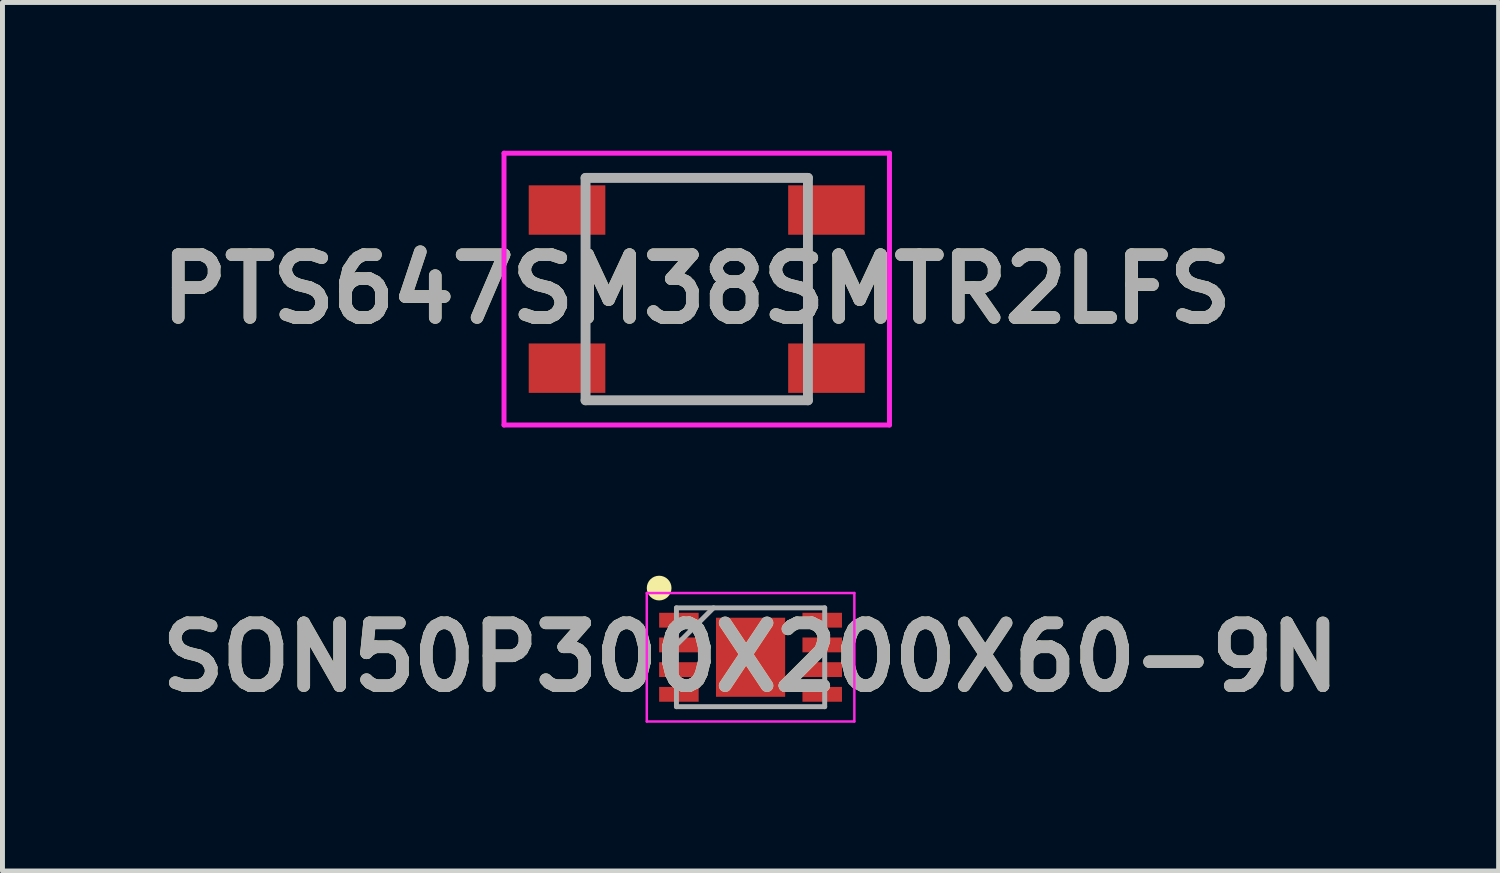
<source format=kicad_pcb>
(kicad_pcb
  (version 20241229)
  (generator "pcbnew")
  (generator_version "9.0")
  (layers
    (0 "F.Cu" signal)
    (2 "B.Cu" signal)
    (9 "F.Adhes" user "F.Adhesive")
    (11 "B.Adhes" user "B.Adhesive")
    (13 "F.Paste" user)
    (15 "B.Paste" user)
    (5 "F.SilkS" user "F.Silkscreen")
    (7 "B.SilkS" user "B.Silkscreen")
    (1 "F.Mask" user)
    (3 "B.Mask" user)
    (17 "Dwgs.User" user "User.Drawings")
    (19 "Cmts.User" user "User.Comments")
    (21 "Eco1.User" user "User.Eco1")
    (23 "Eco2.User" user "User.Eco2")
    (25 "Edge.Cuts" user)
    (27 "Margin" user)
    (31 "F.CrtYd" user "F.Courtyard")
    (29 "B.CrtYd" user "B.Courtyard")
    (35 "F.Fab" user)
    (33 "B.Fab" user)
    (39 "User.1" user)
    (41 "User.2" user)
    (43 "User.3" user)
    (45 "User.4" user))
  (footprint "SON50P300X200X60-9N"
    (layer "F.Cu")
    (at 12.138 10.25)
    (property "Reference" "SON50P300X200X60-9N" (at 0 0 0) (layer "F.SilkS") (effects (font (size 1.27 1.27) (thickness 0.254))))
    (attr smd)
    (fp_circle (center -1.85 -1.4) (end -1.85 -1.275) (stroke (width 0.25) (type solid)) (fill no) (layer "F.SilkS"))
    (fp_line (start -2.1 -1.3) (end 2.1 -1.3) (stroke (width 0.05) (type solid)) (layer "F.CrtYd"))
    (fp_line (start -2.1 1.3) (end -2.1 -1.3) (stroke (width 0.05) (type solid)) (layer "F.CrtYd"))
    (fp_line (start 2.1 -1.3) (end 2.1 1.3) (stroke (width 0.05) (type solid)) (layer "F.CrtYd"))
    (fp_line (start 2.1 1.3) (end -2.1 1.3) (stroke (width 0.05) (type solid)) (layer "F.CrtYd"))
    (fp_line (start -1.5 -1) (end 1.5 -1) (stroke (width 0.1) (type solid)) (layer "F.Fab"))
    (fp_line (start -1.5 -0.25) (end -0.75 -1) (stroke (width 0.1) (type solid)) (layer "F.Fab"))
    (fp_line (start -1.5 1) (end -1.5 -1) (stroke (width 0.1) (type solid)) (layer "F.Fab"))
    (fp_line (start 1.5 -1) (end 1.5 1) (stroke (width 0.1) (type solid)) (layer "F.Fab"))
    (fp_line (start 1.5 1) (end -1.5 1) (stroke (width 0.1) (type solid)) (layer "F.Fab"))
    (fp_text user "${REFERENCE}" (at 0 0 0) (layer "F.Fab") (effects (font (size 1.27 1.27) (thickness 0.254))))
    (pad "1" smd rect (at -1.45 -0.75 90) (size 0.3 0.8) (layers "F.Cu" "F.Mask" "F.Paste"))
    (pad "2" smd rect (at -1.45 -0.25 90) (size 0.3 0.8) (layers "F.Cu" "F.Mask" "F.Paste"))
    (pad "3" smd rect (at -1.45 0.25 90) (size 0.3 0.8) (layers "F.Cu" "F.Mask" "F.Paste"))
    (pad "4" smd rect (at -1.45 0.75 90) (size 0.3 0.8) (layers "F.Cu" "F.Mask" "F.Paste"))
    (pad "5" smd rect (at 1.45 0.75 90) (size 0.3 0.8) (layers "F.Cu" "F.Mask" "F.Paste"))
    (pad "6" smd rect (at 1.45 0.25 90) (size 0.3 0.8) (layers "F.Cu" "F.Mask" "F.Paste"))
    (pad "7" smd rect (at 1.45 -0.25 90) (size 0.3 0.8) (layers "F.Cu" "F.Mask" "F.Paste"))
    (pad "8" smd rect (at 1.45 -0.75 90) (size 0.3 0.8) (layers "F.Cu" "F.Mask" "F.Paste"))
    (pad "9" smd rect (at 0 0) (size 1.4 1.6) (layers "F.Cu" "F.Mask" "F.Paste")))
  (footprint "PTS647SM38SMTR2LFS"
    (layer "F.Cu")
    (at 11.049 2.8)
    (property "Reference" "PTS647SM38SMTR2LFS" (at 0 0 0) (layer "F.SilkS") (effects (font (size 1.27 1.27) (thickness 0.254))))
    (attr smd)
    (fp_line (start -2.25 -0.5) (end -2.25 0.5) (stroke (width 0.1) (type solid)) (layer "F.SilkS"))
    (fp_line (start -1 -2.25) (end 1 -2.25) (stroke (width 0.1) (type solid)) (layer "F.SilkS"))
    (fp_line (start -1 2.25) (end 1 2.25) (stroke (width 0.1) (type solid)) (layer "F.SilkS"))
    (fp_line (start 2.25 -0.5) (end 2.25 0.5) (stroke (width 0.1) (type solid)) (layer "F.SilkS"))
    (fp_line (start -3.9 -2.75) (end 3.9 -2.75) (stroke (width 0.1) (type solid)) (layer "F.CrtYd"))
    (fp_line (start -3.9 2.75) (end -3.9 -2.75) (stroke (width 0.1) (type solid)) (layer "F.CrtYd"))
    (fp_line (start 3.9 -2.75) (end 3.9 2.75) (stroke (width 0.1) (type solid)) (layer "F.CrtYd"))
    (fp_line (start 3.9 2.75) (end -3.9 2.75) (stroke (width 0.1) (type solid)) (layer "F.CrtYd"))
    (fp_line (start -2.25 -2.25) (end 2.25 -2.25) (stroke (width 0.2) (type solid)) (layer "F.Fab"))
    (fp_line (start -2.25 2.25) (end -2.25 -2.25) (stroke (width 0.2) (type solid)) (layer "F.Fab"))
    (fp_line (start 2.25 -2.25) (end 2.25 2.25) (stroke (width 0.2) (type solid)) (layer "F.Fab"))
    (fp_line (start 2.25 2.25) (end -2.25 2.25) (stroke (width 0.2) (type solid)) (layer "F.Fab"))
    (fp_text user "${REFERENCE}" (at 0 0 0) (layer "F.Fab") (effects (font (size 1.27 1.27) (thickness 0.254))))
    (pad "1" smd rect (at -2.625 -1.6 90) (size 1 1.55) (layers "F.Cu" "F.Mask" "F.Paste"))
    (pad "2" smd rect (at -2.625 1.6 90) (size 1 1.55) (layers "F.Cu" "F.Mask" "F.Paste"))
    (pad "3" smd rect (at 2.625 -1.6 90) (size 1 1.55) (layers "F.Cu" "F.Mask" "F.Paste"))
    (pad "4" smd rect (at 2.625 1.6 90) (size 1 1.55) (layers "F.Cu" "F.Mask" "F.Paste")))
  (gr_rect
    (start -3 -3)
    (end 27.275 14.575)
    (stroke (width 0.1) (type default))
    (fill no)
    (layer "Edge.Cuts")))
</source>
